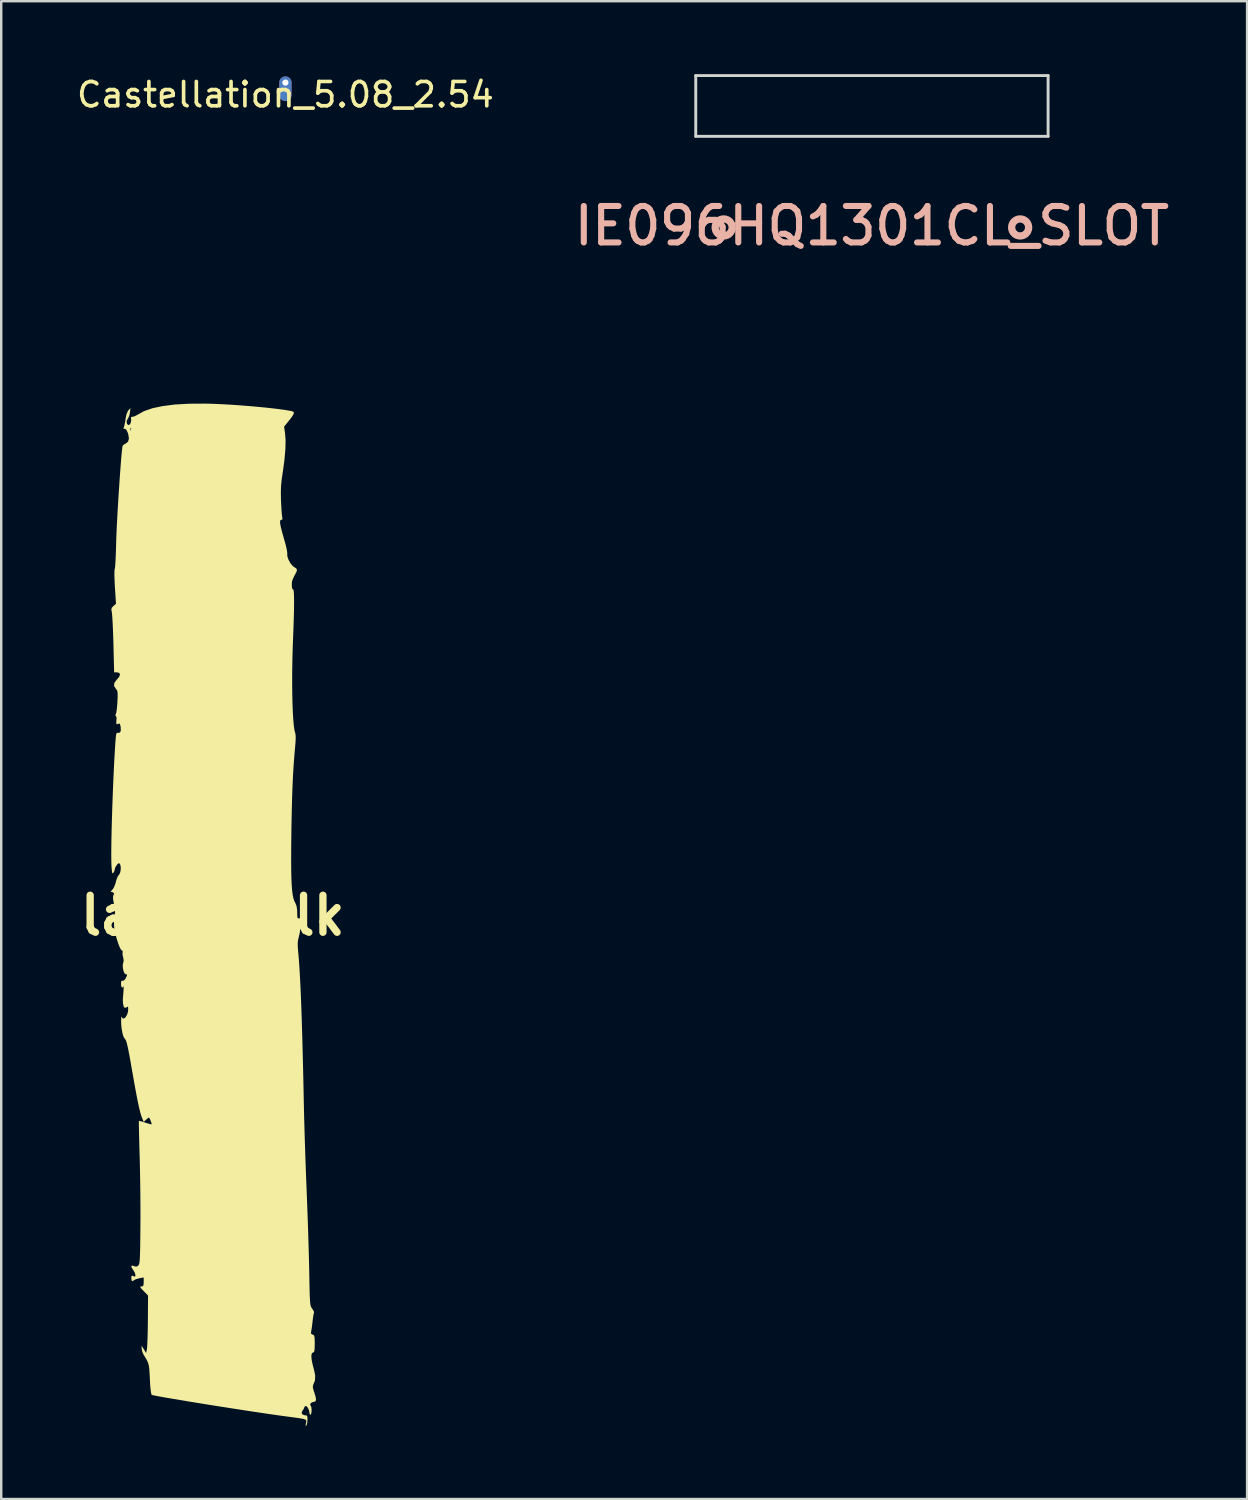
<source format=kicad_pcb>
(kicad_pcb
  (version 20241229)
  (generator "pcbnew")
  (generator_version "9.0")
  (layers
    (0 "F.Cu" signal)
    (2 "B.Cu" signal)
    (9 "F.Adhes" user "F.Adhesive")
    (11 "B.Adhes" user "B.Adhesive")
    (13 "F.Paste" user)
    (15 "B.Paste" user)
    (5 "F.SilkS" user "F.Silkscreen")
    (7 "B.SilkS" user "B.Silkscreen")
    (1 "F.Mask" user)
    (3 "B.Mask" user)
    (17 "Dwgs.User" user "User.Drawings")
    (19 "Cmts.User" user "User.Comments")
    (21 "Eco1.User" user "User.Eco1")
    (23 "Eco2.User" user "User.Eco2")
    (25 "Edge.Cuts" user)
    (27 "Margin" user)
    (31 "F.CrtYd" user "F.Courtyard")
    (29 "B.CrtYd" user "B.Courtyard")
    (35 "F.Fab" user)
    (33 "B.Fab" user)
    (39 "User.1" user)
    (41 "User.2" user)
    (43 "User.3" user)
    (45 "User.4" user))
  (footprint "Castellation_5.08_2.54"
    (layer "F.Cu")
    (at 8.696 0.348)
    (property "Reference" "Castellation_5.08_2.54" (at 0 0.5 0) (layer "F.SilkS") (effects (font (size 1 1) (thickness 0.15))))
    (attr through_hole)
    (pad "1" thru_hole oval (at 0 0) (size 0.508 1.016) (drill 0.254 (offset 0 0.254)) (layers "*.Cu" "*.Mask")))
  (footprint "IE096HQ1301CL_SLOT"
    (layer "F.Cu")
    (at 32.832 10.31)
    (property "Reference" "IE096HQ1301CL_SLOT" (at 0 -4.064 0) (layer "B.SilkS") (effects (font (size 1.5 1.5) (thickness 0.25))))
    (attr through_hole)
    (fp_circle (center -6.1 -4) (end -5.75 -4) (stroke (width 0.3) (type solid)) (fill no) (layer "B.SilkS"))
    (fp_circle (center 6.1 -4) (end 6.45 -4) (stroke (width 0.3) (type solid)) (fill no) (layer "B.SilkS"))
    (fp_line (start -7.25 -10.25) (end 7.25 -10.25) (stroke (width 0.12) (type solid)) (layer "Edge.Cuts"))
    (fp_line (start -7.25 -7.75) (end -7.25 -10.25) (stroke (width 0.12) (type solid)) (layer "Edge.Cuts"))
    (fp_line (start 7.25 -7.75) (end -7.25 -7.75) (stroke (width 0.12) (type solid)) (layer "Edge.Cuts"))
    (fp_line (start 7.25 -7.75) (end 7.25 -10.25) (stroke (width 0.12) (type solid)) (layer "Edge.Cuts")))
  (footprint "label_silk"
    (layer "F.Cu")
    (at 5.704 34.626)
    (property "Reference" "label_silk" (at 0 0 0) (layer "F.SilkS") (effects (font (size 1.524 1.524) (thickness 0.3))))
    (attr through_hole)
    (fp_poly (pts (xy -0.064 -21.061) (xy 0.296 -21.046) (xy 0.688 -21.025) (xy 1.099 -20.997) (xy 1.516 -20.964) (xy 1.923 -20.928) (xy 2.307 -20.889) (xy 2.654 -20.849) (xy 2.95 -20.809) (xy 3.181 -20.771) (xy 3.255 -20.755) (xy 3.322 -20.729) (xy 3.342 -20.681) (xy 3.311 -20.602) (xy 3.227 -20.479) (xy 3.144 -20.373) (xy 2.937 -20.118) (xy 2.977 -19.844) (xy 2.999 -19.558) (xy 2.991 -19.201) (xy 2.955 -18.779) (xy 2.892 -18.301) (xy 2.878 -18.213) (xy 2.837 -17.931) (xy 2.813 -17.685) (xy 2.804 -17.439) (xy 2.808 -17.155) (xy 2.811 -17.068) (xy 2.822 -16.844) (xy 2.834 -16.644) (xy 2.847 -16.487) (xy 2.86 -16.392) (xy 2.863 -16.379) (xy 2.872 -16.305) (xy 2.827 -16.283) (xy 2.821 -16.283) (xy 2.785 -16.267) (xy 2.77 -16.214) (xy 2.777 -16.114) (xy 2.809 -15.959) (xy 2.865 -15.742) (xy 2.947 -15.453) (xy 2.949 -15.448) (xy 3.003 -15.252) (xy 3.043 -15.08) (xy 3.065 -14.952) (xy 3.067 -14.89) (xy 3.072 -14.777) (xy 3.122 -14.635) (xy 3.202 -14.492) (xy 3.298 -14.379) (xy 3.348 -14.342) (xy 3.433 -14.287) (xy 3.467 -14.233) (xy 3.453 -14.156) (xy 3.391 -14.036) (xy 3.372 -14.002) (xy 3.308 -13.875) (xy 3.267 -13.763) (xy 3.26 -13.726) (xy 3.255 -13.577) (xy 3.267 -13.468) (xy 3.292 -13.419) (xy 3.308 -13.421) (xy 3.326 -13.393) (xy 3.339 -13.284) (xy 3.346 -13.102) (xy 3.348 -12.849) (xy 3.344 -12.532) (xy 3.334 -12.155) (xy 3.319 -11.723) (xy 3.308 -11.449) (xy 3.29 -10.97) (xy 3.278 -10.489) (xy 3.271 -10.013) (xy 3.27 -9.553) (xy 3.274 -9.117) (xy 3.283 -8.715) (xy 3.297 -8.354) (xy 3.316 -8.045) (xy 3.339 -7.796) (xy 3.366 -7.616) (xy 3.389 -7.533) (xy 3.41 -7.436) (xy 3.415 -7.29) (xy 3.404 -7.081) (xy 3.393 -6.96) (xy 3.359 -6.574) (xy 3.33 -6.185) (xy 3.305 -5.781) (xy 3.285 -5.349) (xy 3.268 -4.877) (xy 3.254 -4.354) (xy 3.242 -3.765) (xy 3.236 -3.35) (xy 3.23 -2.79) (xy 3.228 -2.308) (xy 3.23 -1.898) (xy 3.237 -1.554) (xy 3.25 -1.27) (xy 3.267 -1.038) (xy 3.291 -0.854) (xy 3.321 -0.71) (xy 3.357 -0.6) (xy 3.393 -0.529) (xy 3.45 -0.394) (xy 3.475 -0.216) (xy 3.477 -0.128) (xy 3.479 0.016) (xy 3.49 0.093) (xy 3.516 0.12) (xy 3.562 0.115) (xy 3.605 0.109) (xy 3.628 0.13) (xy 3.635 0.196) (xy 3.628 0.323) (xy 3.622 0.396) (xy 3.601 0.584) (xy 3.569 0.771) (xy 3.538 0.898) (xy 3.509 1.019) (xy 3.498 1.152) (xy 3.502 1.321) (xy 3.519 1.513) (xy 3.546 1.826) (xy 3.572 2.204) (xy 3.597 2.647) (xy 3.622 3.159) (xy 3.645 3.741) (xy 3.667 4.397) (xy 3.689 5.127) (xy 3.71 5.935) (xy 3.731 6.823) (xy 3.751 7.794) (xy 3.754 7.951) (xy 3.762 8.283) (xy 3.773 8.683) (xy 3.786 9.133) (xy 3.802 9.616) (xy 3.819 10.115) (xy 3.837 10.613) (xy 3.856 11.093) (xy 3.864 11.279) (xy 3.882 11.75) (xy 3.901 12.249) (xy 3.919 12.759) (xy 3.935 13.261) (xy 3.949 13.739) (xy 3.961 14.174) (xy 3.97 14.549) (xy 3.972 14.672) (xy 3.979 15.05) (xy 3.985 15.353) (xy 3.991 15.59) (xy 3.999 15.77) (xy 4.008 15.903) (xy 4.019 15.999) (xy 4.033 16.066) (xy 4.052 16.115) (xy 4.075 16.154) (xy 4.095 16.182) (xy 4.153 16.272) (xy 4.173 16.331) (xy 4.171 16.339) (xy 4.155 16.389) (xy 4.135 16.503) (xy 4.114 16.658) (xy 4.108 16.715) (xy 4.087 16.888) (xy 4.066 17.035) (xy 4.048 17.131) (xy 4.045 17.145) (xy 4.052 17.215) (xy 4.109 17.245) (xy 4.153 17.264) (xy 4.179 17.304) (xy 4.193 17.383) (xy 4.198 17.519) (xy 4.198 17.624) (xy 4.195 17.803) (xy 4.185 17.912) (xy 4.165 17.965) (xy 4.134 17.979) (xy 4.079 18.017) (xy 4.059 18.123) (xy 4.072 18.291) (xy 4.119 18.512) (xy 4.16 18.658) (xy 4.217 18.919) (xy 4.209 19.132) (xy 4.142 19.299) (xy 4.12 19.362) (xy 4.126 19.449) (xy 4.164 19.583) (xy 4.184 19.64) (xy 4.238 19.821) (xy 4.251 19.938) (xy 4.22 19.999) (xy 4.156 20.015) (xy 4.078 20.037) (xy 4.021 20.088) (xy 4.009 20.142) (xy 4.026 20.162) (xy 4.056 20.221) (xy 4.069 20.325) (xy 4.065 20.439) (xy 4.045 20.524) (xy 4.028 20.545) (xy 3.995 20.532) (xy 3.986 20.486) (xy 3.967 20.372) (xy 3.92 20.265) (xy 3.862 20.196) (xy 3.831 20.184) (xy 3.779 20.214) (xy 3.774 20.234) (xy 3.748 20.302) (xy 3.705 20.36) (xy 3.658 20.454) (xy 3.686 20.53) (xy 3.778 20.565) (xy 3.794 20.566) (xy 3.861 20.574) (xy 3.892 20.615) (xy 3.9 20.71) (xy 3.901 20.746) (xy 3.89 20.874) (xy 3.864 20.973) (xy 3.855 20.99) (xy 3.829 21.012) (xy 3.826 20.963) (xy 3.836 20.896) (xy 3.847 20.84) (xy 3.852 20.797) (xy 3.841 20.765) (xy 3.804 20.739) (xy 3.731 20.716) (xy 3.612 20.694) (xy 3.436 20.668) (xy 3.194 20.636) (xy 2.968 20.606) (xy 2.678 20.566) (xy 2.342 20.518) (xy 1.97 20.463) (xy 1.569 20.403) (xy 1.148 20.338) (xy 0.714 20.271) (xy 0.277 20.203) (xy -0.156 20.134) (xy -0.577 20.066) (xy -0.977 20.001) (xy -1.348 19.939) (xy -1.682 19.883) (xy -1.971 19.833) (xy -2.206 19.791) (xy -2.38 19.757) (xy -2.484 19.735) (xy -2.511 19.725) (xy -2.534 19.661) (xy -2.555 19.522) (xy -2.574 19.317) (xy -2.587 19.071) (xy -2.599 18.826) (xy -2.612 18.645) (xy -2.633 18.508) (xy -2.666 18.396) (xy -2.717 18.287) (xy -2.79 18.163) (xy -2.839 18.085) (xy -2.897 17.959) (xy -2.923 17.832) (xy -2.923 17.831) (xy -2.926 17.704) (xy -2.741 18.001) (xy -2.709 17.852) (xy -2.7 17.769) (xy -2.691 17.614) (xy -2.683 17.402) (xy -2.676 17.147) (xy -2.671 16.863) (xy -2.669 16.672) (xy -2.661 15.64) (xy -2.845 15.453) (xy -2.942 15.351) (xy -2.983 15.294) (xy -2.976 15.27) (xy -2.935 15.265) (xy -2.876 15.255) (xy -2.849 15.208) (xy -2.841 15.103) (xy -2.841 15.08) (xy -2.841 14.895) (xy -3.014 14.927) (xy -3.135 14.958) (xy -3.222 14.996) (xy -3.235 15.006) (xy -3.302 15.051) (xy -3.34 15.017) (xy -3.35 14.925) (xy -3.344 14.838) (xy -3.314 14.82) (xy -3.265 14.841) (xy -3.201 14.864) (xy -3.181 14.824) (xy -3.18 14.797) (xy -3.206 14.7) (xy -3.265 14.599) (xy -3.337 14.488) (xy -3.349 14.422) (xy -3.303 14.406) (xy -3.242 14.426) (xy -3.151 14.452) (xy -3.083 14.421) (xy -3.062 14.402) (xy -3.043 14.376) (xy -3.027 14.335) (xy -3.014 14.27) (xy -3.004 14.172) (xy -2.996 14.034) (xy -2.99 13.846) (xy -2.985 13.601) (xy -2.981 13.289) (xy -2.977 12.902) (xy -2.976 12.836) (xy -2.974 12.398) (xy -2.975 11.906) (xy -2.979 11.388) (xy -2.986 10.871) (xy -2.995 10.382) (xy -3.005 9.948) (xy -3.007 9.904) (xy -3.017 9.563) (xy -3.025 9.251) (xy -3.032 8.976) (xy -3.037 8.749) (xy -3.039 8.58) (xy -3.039 8.478) (xy -3.038 8.451) (xy -2.994 8.457) (xy -2.894 8.485) (xy -2.777 8.523) (xy -2.646 8.565) (xy -2.55 8.59) (xy -2.514 8.592) (xy -2.52 8.549) (xy -2.548 8.465) (xy -2.585 8.374) (xy -2.617 8.315) (xy -2.652 8.328) (xy -2.723 8.385) (xy -2.735 8.396) (xy -2.84 8.494) (xy -2.907 8.333) (xy -2.947 8.224) (xy -2.989 8.077) (xy -3.035 7.883) (xy -3.088 7.636) (xy -3.148 7.329) (xy -3.217 6.953) (xy -3.297 6.501) (xy -3.307 6.445) (xy -3.372 6.073) (xy -3.425 5.776) (xy -3.469 5.545) (xy -3.506 5.372) (xy -3.537 5.246) (xy -3.564 5.161) (xy -3.59 5.106) (xy -3.616 5.073) (xy -3.623 5.067) (xy -3.67 4.991) (xy -3.712 4.853) (xy -3.746 4.676) (xy -3.766 4.482) (xy -3.769 4.334) (xy -3.764 4.219) (xy -3.754 4.161) (xy -3.744 4.169) (xy -3.705 4.236) (xy -3.648 4.236) (xy -3.585 4.183) (xy -3.528 4.09) (xy -3.489 3.969) (xy -3.478 3.864) (xy -3.482 3.772) (xy -3.504 3.75) (xy -3.544 3.777) (xy -3.615 3.803) (xy -3.664 3.747) (xy -3.693 3.611) (xy -3.699 3.477) (xy -3.696 3.427) (xy -3.688 3.316) (xy -3.676 3.168) (xy -3.675 3.159) (xy -3.667 3.022) (xy -3.665 2.934) (xy -3.672 2.912) (xy -3.674 2.915) (xy -3.715 2.968) (xy -3.751 2.947) (xy -3.772 2.862) (xy -3.774 2.815) (xy -3.766 2.714) (xy -3.737 2.682) (xy -3.711 2.687) (xy -3.644 2.67) (xy -3.583 2.587) (xy -3.533 2.483) (xy -3.526 2.433) (xy -3.56 2.418) (xy -3.58 2.417) (xy -3.631 2.379) (xy -3.671 2.284) (xy -3.697 2.16) (xy -3.702 2.034) (xy -3.682 1.933) (xy -3.674 1.917) (xy -3.664 1.844) (xy -3.683 1.735) (xy -3.687 1.723) (xy -3.712 1.607) (xy -3.709 1.517) (xy -3.707 1.512) (xy -3.708 1.452) (xy -3.738 1.44) (xy -3.779 1.401) (xy -3.832 1.297) (xy -3.89 1.146) (xy -3.948 0.967) (xy -3.999 0.778) (xy -4.038 0.597) (xy -4.059 0.445) (xy -4.063 0.27) (xy -4.051 0.096) (xy -4.037 0.012) (xy -4.018 -0.131) (xy -4.029 -0.296) (xy -4.062 -0.47) (xy -4.096 -0.646) (xy -4.104 -0.761) (xy -4.088 -0.834) (xy -4.079 -0.85) (xy -4.055 -0.915) (xy -4.102 -0.95) (xy -4.118 -0.956) (xy -4.205 -0.983) (xy -4.118 -1.076) (xy -4.059 -1.171) (xy -4.005 -1.31) (xy -3.984 -1.39) (xy -3.944 -1.526) (xy -3.895 -1.63) (xy -3.866 -1.664) (xy -3.816 -1.744) (xy -3.788 -1.869) (xy -3.785 -2.004) (xy -3.811 -2.11) (xy -3.818 -2.12) (xy -3.856 -2.155) (xy -3.902 -2.131) (xy -3.944 -2.084) (xy -4.005 -1.989) (xy -4.028 -1.912) (xy -4.053 -1.82) (xy -4.086 -1.761) (xy -4.113 -1.733) (xy -4.133 -1.748) (xy -4.147 -1.817) (xy -4.16 -1.952) (xy -4.167 -2.061) (xy -4.173 -2.235) (xy -4.175 -2.483) (xy -4.173 -2.795) (xy -4.168 -3.16) (xy -4.159 -3.567) (xy -4.147 -4.006) (xy -4.132 -4.466) (xy -4.115 -4.936) (xy -4.097 -5.407) (xy -4.076 -5.866) (xy -4.055 -6.305) (xy -4.032 -6.712) (xy -4.009 -7.076) (xy -4.002 -7.172) (xy -3.988 -7.348) (xy -3.973 -7.455) (xy -3.952 -7.507) (xy -3.921 -7.521) (xy -3.897 -7.517) (xy -3.819 -7.528) (xy -3.782 -7.61) (xy -3.788 -7.756) (xy -3.793 -7.785) (xy -3.819 -7.881) (xy -3.851 -7.905) (xy -3.876 -7.891) (xy -3.939 -7.865) (xy -3.969 -7.912) (xy -3.964 -8.027) (xy -3.961 -8.038) (xy -3.957 -8.149) (xy -3.984 -8.204) (xy -4.009 -8.252) (xy -3.989 -8.286) (xy -3.969 -8.349) (xy -3.949 -8.475) (xy -3.932 -8.647) (xy -3.922 -8.791) (xy -3.913 -8.994) (xy -3.913 -9.131) (xy -3.922 -9.219) (xy -3.944 -9.277) (xy -3.98 -9.323) (xy -3.985 -9.328) (xy -4.06 -9.446) (xy -4.05 -9.568) (xy -3.957 -9.698) (xy -3.944 -9.711) (xy -3.847 -9.825) (xy -3.815 -9.921) (xy -3.848 -9.985) (xy -3.937 -10.007) (xy -4.057 -10.007) (xy -4.086 -11.163) (xy -4.095 -11.477) (xy -4.106 -11.77) (xy -4.118 -12.031) (xy -4.13 -12.245) (xy -4.142 -12.401) (xy -4.153 -12.482) (xy -4.172 -12.596) (xy -4.153 -12.668) (xy -4.086 -12.737) (xy -3.981 -12.827) (xy -4.026 -13.525) (xy -4.038 -13.759) (xy -4.045 -13.963) (xy -4.046 -14.121) (xy -4.041 -14.22) (xy -4.034 -14.246) (xy -4.023 -14.293) (xy -4.012 -14.413) (xy -4 -14.595) (xy -3.99 -14.826) (xy -3.98 -15.095) (xy -3.974 -15.329) (xy -3.968 -15.554) (xy -3.956 -15.829) (xy -3.941 -16.146) (xy -3.922 -16.492) (xy -3.901 -16.859) (xy -3.878 -17.235) (xy -3.853 -17.609) (xy -3.829 -17.973) (xy -3.804 -18.314) (xy -3.781 -18.623) (xy -3.759 -18.889) (xy -3.739 -19.102) (xy -3.722 -19.251) (xy -3.709 -19.326) (xy -3.709 -19.326) (xy -3.659 -19.381) (xy -3.585 -19.42) (xy -3.485 -19.498) (xy -3.448 -19.628) (xy -3.475 -19.803) (xy -3.496 -19.866) (xy -3.554 -19.987) (xy -3.587 -20.015) (xy -3.386 -20.015) (xy -3.379 -19.954) (xy -3.364 -19.962) (xy -3.359 -20.049) (xy -3.364 -20.068) (xy -3.38 -20.073) (xy -3.386 -20.015) (xy -3.587 -20.015) (xy -3.607 -20.031) (xy -3.629 -20.029) (xy -3.669 -20.026) (xy -3.662 -20.079) (xy -3.653 -20.105) (xy -3.627 -20.203) (xy -3.6 -20.347) (xy -3.586 -20.448) (xy -3.549 -20.628) (xy -3.491 -20.762) (xy -3.471 -20.787) (xy -3.386 -20.884) (xy -3.407 -20.7) (xy -3.436 -20.567) (xy -3.483 -20.459) (xy -3.499 -20.438) (xy -3.541 -20.351) (xy -3.538 -20.259) (xy -3.494 -20.195) (xy -3.454 -20.184) (xy -3.401 -20.221) (xy -3.364 -20.307) (xy -3.354 -20.409) (xy -3.365 -20.46) (xy -3.359 -20.512) (xy -3.302 -20.524) (xy -3.207 -20.548) (xy -3.1 -20.605) (xy -3.096 -20.608) (xy -2.83 -20.755) (xy -2.484 -20.875) (xy -2.06 -20.965) (xy -1.56 -21.028) (xy -0.984 -21.062) (xy -0.334 -21.066)) (stroke (width 0) (type solid)) (fill yes) (layer "F.SilkS")))
  (gr_rect
    (start -3 -3)
    (end 48.271 58.638)
    (stroke (width 0.1) (type default))
    (fill no)
    (layer "Edge.Cuts")))
</source>
